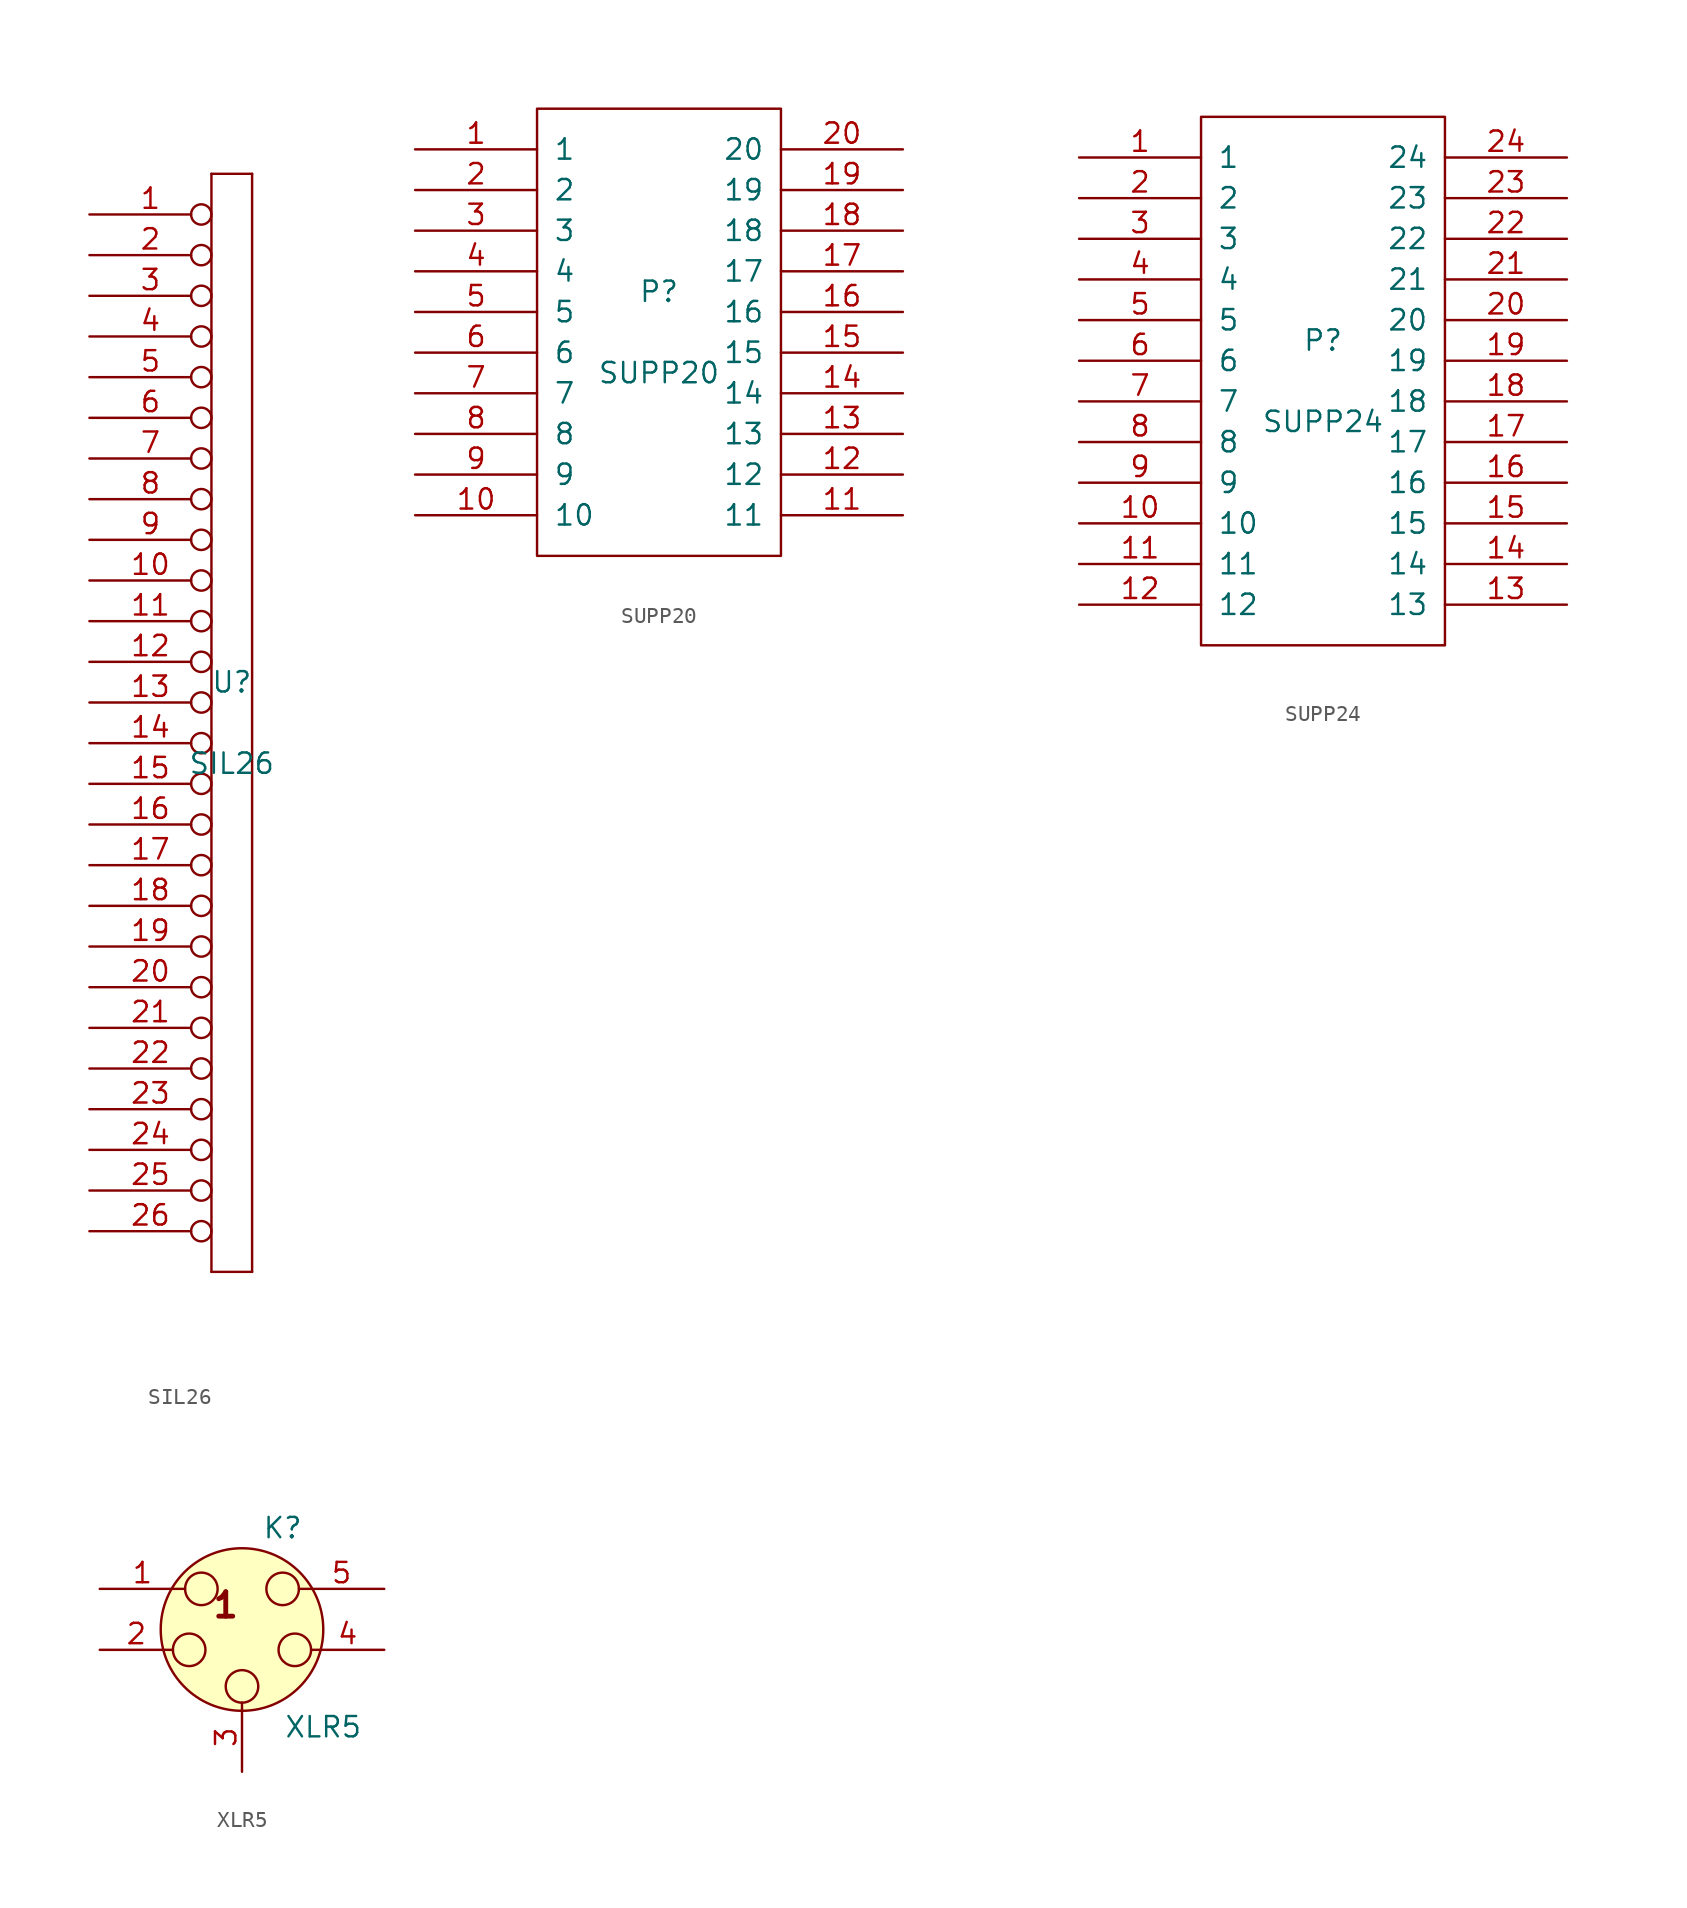
<source format=kicad_sym>
(kicad_symbol_lib
  (version 20211014)
  (generator kicad_symbol_editor)
  (symbol "SIL26"
    (pin_names
      (offset 1.016) hide)
    (property "Reference" "U"
      (at 0 2.54 0)
      (effects (font (size 1.27 1.27))))
    (property "Value" "SIL26"
      (at 0 -2.54 0)
      (effects (font (size 1.27 1.27))))
    (property "Footprint" ""
      (at 0 0 0)
      (effects (font (size 1.27 1.27))))
    (property "Datasheet" ""
      (at 0 0 0)
      (effects (font (size 1.27 1.27))))
    (symbol "SIL26_0_1"
      (polyline (pts (xy -1.27 -34.29) (xy 1.27 -34.29)) (stroke (width 0) (type default) (color 0 0 0 0)) (fill (type none)))
      (polyline (pts (xy -1.27 34.29) (xy -1.27 -34.29)) (stroke (width 0) (type default) (color 0 0 0 0)) (fill (type none)))
      (polyline (pts (xy 1.27 -34.29) (xy 1.27 34.29)) (stroke (width 0) (type default) (color 0 0 0 0)) (fill (type none)))
      (polyline (pts (xy 1.27 34.29) (xy -1.27 34.29)) (stroke (width 0) (type default) (color 0 0 0 0)) (fill (type none))))
    (symbol "SIL26_1_1"
      (pin passive inverted (at -8.89 31.75 0) (length 7.62) (name "1" (effects (font (size 1.27 1.27)))) (number "1" (effects (font (size 1.27 1.27)))))
      (pin passive inverted (at -8.89 8.89 0) (length 7.62) (name "10" (effects (font (size 1.27 1.27)))) (number "10" (effects (font (size 1.27 1.27)))))
      (pin passive inverted (at -8.89 6.35 0) (length 7.62) (name "11" (effects (font (size 1.27 1.27)))) (number "11" (effects (font (size 1.27 1.27)))))
      (pin passive inverted (at -8.89 3.81 0) (length 7.62) (name "12" (effects (font (size 1.27 1.27)))) (number "12" (effects (font (size 1.27 1.27)))))
      (pin passive inverted (at -8.89 1.27 0) (length 7.62) (name "13" (effects (font (size 1.27 1.27)))) (number "13" (effects (font (size 1.27 1.27)))))
      (pin passive inverted (at -8.89 -1.27 0) (length 7.62) (name "14" (effects (font (size 1.27 1.27)))) (number "14" (effects (font (size 1.27 1.27)))))
      (pin passive inverted (at -8.89 -3.81 0) (length 7.62) (name "15" (effects (font (size 1.27 1.27)))) (number "15" (effects (font (size 1.27 1.27)))))
      (pin passive inverted (at -8.89 -6.35 0) (length 7.62) (name "16" (effects (font (size 1.27 1.27)))) (number "16" (effects (font (size 1.27 1.27)))))
      (pin passive inverted (at -8.89 -8.89 0) (length 7.62) (name "17" (effects (font (size 1.27 1.27)))) (number "17" (effects (font (size 1.27 1.27)))))
      (pin passive inverted (at -8.89 -11.43 0) (length 7.62) (name "18" (effects (font (size 1.27 1.27)))) (number "18" (effects (font (size 1.27 1.27)))))
      (pin passive inverted (at -8.89 -13.97 0) (length 7.62) (name "19" (effects (font (size 1.27 1.27)))) (number "19" (effects (font (size 1.27 1.27)))))
      (pin passive inverted (at -8.89 29.21 0) (length 7.62) (name "2" (effects (font (size 1.27 1.27)))) (number "2" (effects (font (size 1.27 1.27)))))
      (pin passive inverted (at -8.89 -16.51 0) (length 7.62) (name "20" (effects (font (size 1.27 1.27)))) (number "20" (effects (font (size 1.27 1.27)))))
      (pin passive inverted (at -8.89 -19.05 0) (length 7.62) (name "21" (effects (font (size 1.27 1.27)))) (number "21" (effects (font (size 1.27 1.27)))))
      (pin passive inverted (at -8.89 -21.59 0) (length 7.62) (name "22" (effects (font (size 1.27 1.27)))) (number "22" (effects (font (size 1.27 1.27)))))
      (pin passive inverted (at -8.89 -24.13 0) (length 7.62) (name "23" (effects (font (size 1.27 1.27)))) (number "23" (effects (font (size 1.27 1.27)))))
      (pin passive inverted (at -8.89 -26.67 0) (length 7.62) (name "24" (effects (font (size 1.27 1.27)))) (number "24" (effects (font (size 1.27 1.27)))))
      (pin passive inverted (at -8.89 -29.21 0) (length 7.62) (name "25" (effects (font (size 1.27 1.27)))) (number "25" (effects (font (size 1.27 1.27)))))
      (pin passive inverted (at -8.89 -31.75 0) (length 7.62) (name "26" (effects (font (size 1.27 1.27)))) (number "26" (effects (font (size 1.27 1.27)))))
      (pin passive inverted (at -8.89 26.67 0) (length 7.62) (name "3" (effects (font (size 1.27 1.27)))) (number "3" (effects (font (size 1.27 1.27)))))
      (pin passive inverted (at -8.89 24.13 0) (length 7.62) (name "4" (effects (font (size 1.27 1.27)))) (number "4" (effects (font (size 1.27 1.27)))))
      (pin passive inverted (at -8.89 21.59 0) (length 7.62) (name "5" (effects (font (size 1.27 1.27)))) (number "5" (effects (font (size 1.27 1.27)))))
      (pin passive inverted (at -8.89 19.05 0) (length 7.62) (name "6" (effects (font (size 1.27 1.27)))) (number "6" (effects (font (size 1.27 1.27)))))
      (pin passive inverted (at -8.89 16.51 0) (length 7.62) (name "7" (effects (font (size 1.27 1.27)))) (number "7" (effects (font (size 1.27 1.27)))))
      (pin passive inverted (at -8.89 13.97 0) (length 7.62) (name "8" (effects (font (size 1.27 1.27)))) (number "8" (effects (font (size 1.27 1.27)))))
      (pin passive inverted (at -8.89 11.43 0) (length 7.62) (name "9" (effects (font (size 1.27 1.27)))) (number "9" (effects (font (size 1.27 1.27)))))))
  (symbol "SUPP20"
    (pin_names
      (offset 1.016))
    (property "Reference" "P"
      (at 0 2.54 0)
      (effects (font (size 1.27 1.27))))
    (property "Value" "SUPP20"
      (at 0 -2.54 0)
      (effects (font (size 1.27 1.27))))
    (property "Footprint" ""
      (at 0 0 0)
      (effects (font (size 1.27 1.27))))
    (property "Datasheet" ""
      (at 0 0 0)
      (effects (font (size 1.27 1.27))))
    (symbol "SUPP20_0_1"
      (rectangle (start -7.62 -13.97) (end 7.62 13.97) (stroke (width 0) (type default) (color 0 0 0 0)) (fill (type none))))
    (symbol "SUPP20_1_1"
      (pin passive line (at -15.24 11.43 0) (length 7.62) (name "1" (effects (font (size 1.27 1.27)))) (number "1" (effects (font (size 1.27 1.27)))))
      (pin passive line (at -15.24 -11.43 0) (length 7.62) (name "10" (effects (font (size 1.27 1.27)))) (number "10" (effects (font (size 1.27 1.27)))))
      (pin passive line (at 15.24 -11.43 180) (length 7.62) (name "11" (effects (font (size 1.27 1.27)))) (number "11" (effects (font (size 1.27 1.27)))))
      (pin passive line (at 15.24 -8.89 180) (length 7.62) (name "12" (effects (font (size 1.27 1.27)))) (number "12" (effects (font (size 1.27 1.27)))))
      (pin passive line (at 15.24 -6.35 180) (length 7.62) (name "13" (effects (font (size 1.27 1.27)))) (number "13" (effects (font (size 1.27 1.27)))))
      (pin passive line (at 15.24 -3.81 180) (length 7.62) (name "14" (effects (font (size 1.27 1.27)))) (number "14" (effects (font (size 1.27 1.27)))))
      (pin passive line (at 15.24 -1.27 180) (length 7.62) (name "15" (effects (font (size 1.27 1.27)))) (number "15" (effects (font (size 1.27 1.27)))))
      (pin passive line (at 15.24 1.27 180) (length 7.62) (name "16" (effects (font (size 1.27 1.27)))) (number "16" (effects (font (size 1.27 1.27)))))
      (pin passive line (at 15.24 3.81 180) (length 7.62) (name "17" (effects (font (size 1.27 1.27)))) (number "17" (effects (font (size 1.27 1.27)))))
      (pin passive line (at 15.24 6.35 180) (length 7.62) (name "18" (effects (font (size 1.27 1.27)))) (number "18" (effects (font (size 1.27 1.27)))))
      (pin passive line (at 15.24 8.89 180) (length 7.62) (name "19" (effects (font (size 1.27 1.27)))) (number "19" (effects (font (size 1.27 1.27)))))
      (pin passive line (at -15.24 8.89 0) (length 7.62) (name "2" (effects (font (size 1.27 1.27)))) (number "2" (effects (font (size 1.27 1.27)))))
      (pin passive line (at 15.24 11.43 180) (length 7.62) (name "20" (effects (font (size 1.27 1.27)))) (number "20" (effects (font (size 1.27 1.27)))))
      (pin passive line (at -15.24 6.35 0) (length 7.62) (name "3" (effects (font (size 1.27 1.27)))) (number "3" (effects (font (size 1.27 1.27)))))
      (pin passive line (at -15.24 3.81 0) (length 7.62) (name "4" (effects (font (size 1.27 1.27)))) (number "4" (effects (font (size 1.27 1.27)))))
      (pin passive line (at -15.24 1.27 0) (length 7.62) (name "5" (effects (font (size 1.27 1.27)))) (number "5" (effects (font (size 1.27 1.27)))))
      (pin passive line (at -15.24 -1.27 0) (length 7.62) (name "6" (effects (font (size 1.27 1.27)))) (number "6" (effects (font (size 1.27 1.27)))))
      (pin passive line (at -15.24 -3.81 0) (length 7.62) (name "7" (effects (font (size 1.27 1.27)))) (number "7" (effects (font (size 1.27 1.27)))))
      (pin passive line (at -15.24 -6.35 0) (length 7.62) (name "8" (effects (font (size 1.27 1.27)))) (number "8" (effects (font (size 1.27 1.27)))))
      (pin passive line (at -15.24 -8.89 0) (length 7.62) (name "9" (effects (font (size 1.27 1.27)))) (number "9" (effects (font (size 1.27 1.27)))))))
  (symbol "SUPP24"
    (pin_names
      (offset 1.016))
    (property "Reference" "P"
      (at 0 2.54 0)
      (effects (font (size 1.27 1.27))))
    (property "Value" "SUPP24"
      (at 0 -2.54 0)
      (effects (font (size 1.27 1.27))))
    (property "Footprint" ""
      (at 0 0 0)
      (effects (font (size 1.27 1.27))))
    (property "Datasheet" ""
      (at 0 0 0)
      (effects (font (size 1.27 1.27))))
    (symbol "SUPP24_0_1"
      (rectangle (start -7.62 -16.51) (end 7.62 16.51) (stroke (width 0) (type default) (color 0 0 0 0)) (fill (type none))))
    (symbol "SUPP24_1_1"
      (pin passive line (at -15.24 13.97 0) (length 7.62) (name "1" (effects (font (size 1.27 1.27)))) (number "1" (effects (font (size 1.27 1.27)))))
      (pin passive line (at -15.24 -8.89 0) (length 7.62) (name "10" (effects (font (size 1.27 1.27)))) (number "10" (effects (font (size 1.27 1.27)))))
      (pin passive line (at -15.24 -11.43 0) (length 7.62) (name "11" (effects (font (size 1.27 1.27)))) (number "11" (effects (font (size 1.27 1.27)))))
      (pin passive line (at -15.24 -13.97 0) (length 7.62) (name "12" (effects (font (size 1.27 1.27)))) (number "12" (effects (font (size 1.27 1.27)))))
      (pin passive line (at 15.24 -13.97 180) (length 7.62) (name "13" (effects (font (size 1.27 1.27)))) (number "13" (effects (font (size 1.27 1.27)))))
      (pin passive line (at 15.24 -11.43 180) (length 7.62) (name "14" (effects (font (size 1.27 1.27)))) (number "14" (effects (font (size 1.27 1.27)))))
      (pin passive line (at 15.24 -8.89 180) (length 7.62) (name "15" (effects (font (size 1.27 1.27)))) (number "15" (effects (font (size 1.27 1.27)))))
      (pin passive line (at 15.24 -6.35 180) (length 7.62) (name "16" (effects (font (size 1.27 1.27)))) (number "16" (effects (font (size 1.27 1.27)))))
      (pin passive line (at 15.24 -3.81 180) (length 7.62) (name "17" (effects (font (size 1.27 1.27)))) (number "17" (effects (font (size 1.27 1.27)))))
      (pin passive line (at 15.24 -1.27 180) (length 7.62) (name "18" (effects (font (size 1.27 1.27)))) (number "18" (effects (font (size 1.27 1.27)))))
      (pin passive line (at 15.24 1.27 180) (length 7.62) (name "19" (effects (font (size 1.27 1.27)))) (number "19" (effects (font (size 1.27 1.27)))))
      (pin passive line (at -15.24 11.43 0) (length 7.62) (name "2" (effects (font (size 1.27 1.27)))) (number "2" (effects (font (size 1.27 1.27)))))
      (pin passive line (at 15.24 3.81 180) (length 7.62) (name "20" (effects (font (size 1.27 1.27)))) (number "20" (effects (font (size 1.27 1.27)))))
      (pin passive line (at 15.24 6.35 180) (length 7.62) (name "21" (effects (font (size 1.27 1.27)))) (number "21" (effects (font (size 1.27 1.27)))))
      (pin passive line (at 15.24 8.89 180) (length 7.62) (name "22" (effects (font (size 1.27 1.27)))) (number "22" (effects (font (size 1.27 1.27)))))
      (pin passive line (at 15.24 11.43 180) (length 7.62) (name "23" (effects (font (size 1.27 1.27)))) (number "23" (effects (font (size 1.27 1.27)))))
      (pin passive line (at 15.24 13.97 180) (length 7.62) (name "24" (effects (font (size 1.27 1.27)))) (number "24" (effects (font (size 1.27 1.27)))))
      (pin passive line (at -15.24 8.89 0) (length 7.62) (name "3" (effects (font (size 1.27 1.27)))) (number "3" (effects (font (size 1.27 1.27)))))
      (pin passive line (at -15.24 6.35 0) (length 7.62) (name "4" (effects (font (size 1.27 1.27)))) (number "4" (effects (font (size 1.27 1.27)))))
      (pin passive line (at -15.24 3.81 0) (length 7.62) (name "5" (effects (font (size 1.27 1.27)))) (number "5" (effects (font (size 1.27 1.27)))))
      (pin passive line (at -15.24 1.27 0) (length 7.62) (name "6" (effects (font (size 1.27 1.27)))) (number "6" (effects (font (size 1.27 1.27)))))
      (pin passive line (at -15.24 -1.27 0) (length 7.62) (name "7" (effects (font (size 1.27 1.27)))) (number "7" (effects (font (size 1.27 1.27)))))
      (pin passive line (at -15.24 -3.81 0) (length 7.62) (name "8" (effects (font (size 1.27 1.27)))) (number "8" (effects (font (size 1.27 1.27)))))
      (pin passive line (at -15.24 -6.35 0) (length 7.62) (name "9" (effects (font (size 1.27 1.27)))) (number "9" (effects (font (size 1.27 1.27)))))))
  (symbol "XLR5"
    (pin_names
      (offset 0.762) hide)
    (property "Reference" "K"
      (at 2.54 6.35 0)
      (effects (font (size 1.27 1.27))))
    (property "Value" "XLR5"
      (at 5.08 -6.096 0)
      (effects (font (size 1.27 1.27))))
    (property "Footprint" ""
      (at 0 0 0)
      (effects (font (size 1.27 1.27))))
    (property "Datasheet" ""
      (at 0 0 0)
      (effects (font (size 1.27 1.27))))
    (symbol "XLR5_0_1"
      (circle (center -3.302 -1.27) (radius 1.016) (stroke (width 0) (type default) (color 0 0 0 0)) (fill (type none)))
      (circle (center -2.54 2.54) (radius 1.016) (stroke (width 0) (type default) (color 0 0 0 0)) (fill (type none)))
      (circle (center 0 -3.556) (radius 1.016) (stroke (width 0) (type default) (color 0 0 0 0)) (fill (type none)))
      (circle (center 0 0) (radius 5.08) (stroke (width 0) (type default) (color 0 0 0 0)) (fill (type background)))
      (circle (center 2.54 2.54) (radius 1.016) (stroke (width 0) (type default) (color 0 0 0 0)) (fill (type none)))
      (circle (center 3.302 -1.27) (radius 1.016) (stroke (width 0) (type default) (color 0 0 0 0)) (fill (type none)))
      (text "1" (at -1.016 1.524 0) (effects (font (size 1.524 1.524) bold))))
    (symbol "XLR5_1_1"
      (pin passive line (at -8.89 2.54 0) (length 5.334) (name "P1" (effects (font (size 1.27 1.27)))) (number "1" (effects (font (size 1.27 1.27)))))
      (pin passive line (at -8.89 -1.27 0) (length 4.572) (name "P2" (effects (font (size 1.27 1.27)))) (number "2" (effects (font (size 1.27 1.27)))))
      (pin passive line (at 0 -8.89 90) (length 4.318) (name "P3" (effects (font (size 1.27 1.27)))) (number "3" (effects (font (size 1.27 1.27)))))
      (pin passive line (at 8.89 -1.27 180) (length 4.572) (name "P3" (effects (font (size 1.27 1.27)))) (number "4" (effects (font (size 1.27 1.27)))))
      (pin passive line (at 8.89 2.54 180) (length 5.334) (name "P5" (effects (font (size 1.27 1.27)))) (number "5" (effects (font (size 1.27 1.27))))))))
</source>
